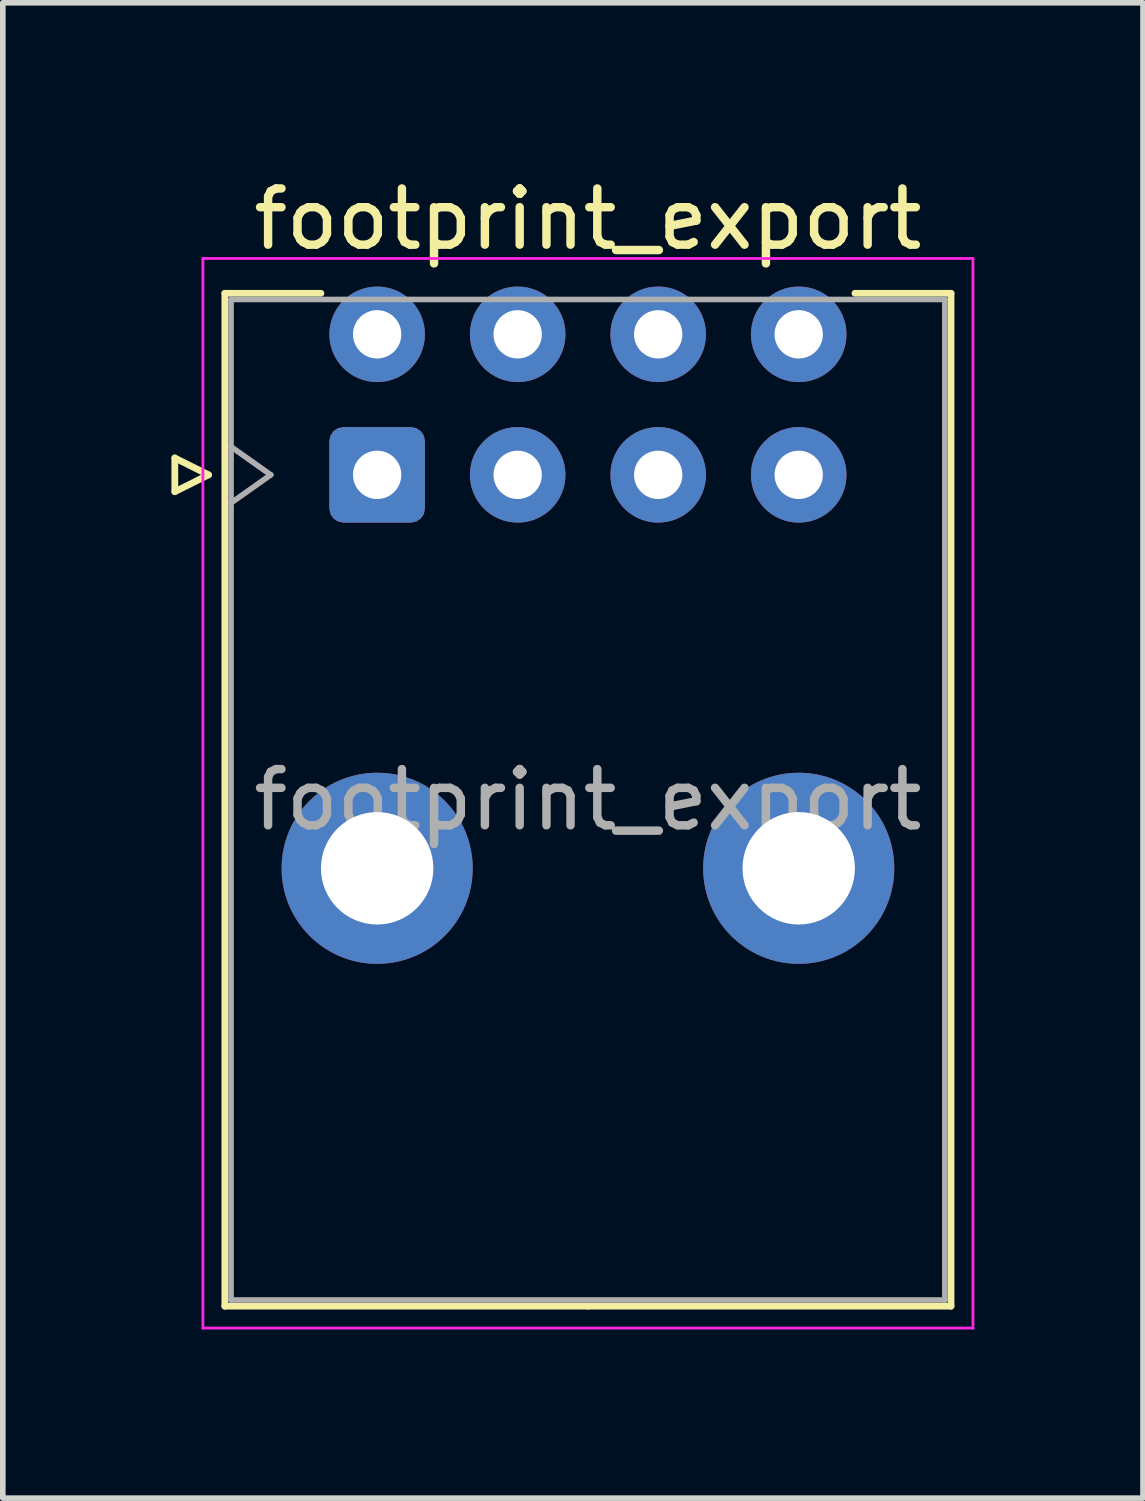
<source format=kicad_pcb>
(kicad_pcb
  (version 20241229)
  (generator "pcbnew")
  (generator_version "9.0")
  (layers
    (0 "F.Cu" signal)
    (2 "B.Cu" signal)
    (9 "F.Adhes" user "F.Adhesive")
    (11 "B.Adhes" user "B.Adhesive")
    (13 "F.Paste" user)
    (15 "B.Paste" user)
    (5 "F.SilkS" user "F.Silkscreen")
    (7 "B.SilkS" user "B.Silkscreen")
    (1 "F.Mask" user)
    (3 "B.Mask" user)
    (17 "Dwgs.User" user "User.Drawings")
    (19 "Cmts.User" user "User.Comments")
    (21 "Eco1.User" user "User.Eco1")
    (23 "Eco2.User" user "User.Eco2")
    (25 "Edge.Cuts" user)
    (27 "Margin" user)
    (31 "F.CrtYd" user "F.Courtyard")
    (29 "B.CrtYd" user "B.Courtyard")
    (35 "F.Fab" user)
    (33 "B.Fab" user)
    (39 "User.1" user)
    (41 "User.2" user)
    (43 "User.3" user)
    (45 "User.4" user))
  (footprint "footprint_export"
    (layer "F.Cu")
    (at 3.66 5.398)
    (property "Reference" "footprint_export" (at 3.75 -4.55 0) (layer "F.SilkS") (effects (font (size 1 1) (thickness 0.15))))
    (attr through_hole)
    (fp_line (start -3.6 -0.3) (end -3 0) (stroke (width 0.12) (type solid)) (layer "F.SilkS"))
    (fp_line (start -3.6 0.3) (end -3.6 -0.3) (stroke (width 0.12) (type solid)) (layer "F.SilkS"))
    (fp_line (start -3 0) (end -3.6 0.3) (stroke (width 0.12) (type solid)) (layer "F.SilkS"))
    (fp_line (start -2.71 -3.23) (end -2.71 14.79) (stroke (width 0.12) (type solid)) (layer "F.SilkS"))
    (fp_line (start -2.71 14.79) (end 3.75 14.79) (stroke (width 0.12) (type solid)) (layer "F.SilkS"))
    (fp_line (start -1 -3.23) (end -2.71 -3.23) (stroke (width 0.12) (type solid)) (layer "F.SilkS"))
    (fp_line (start 8.5 -3.23) (end 10.21 -3.23) (stroke (width 0.12) (type solid)) (layer "F.SilkS"))
    (fp_line (start 10.21 -3.23) (end 10.21 14.79) (stroke (width 0.12) (type solid)) (layer "F.SilkS"))
    (fp_line (start 10.21 14.79) (end 3.75 14.79) (stroke (width 0.12) (type solid)) (layer "F.SilkS"))
    (fp_line (start -3.1 -3.85) (end -3.1 15.18) (stroke (width 0.05) (type solid)) (layer "F.CrtYd"))
    (fp_line (start -3.1 15.18) (end 10.6 15.18) (stroke (width 0.05) (type solid)) (layer "F.CrtYd"))
    (fp_line (start 10.6 -3.85) (end -3.1 -3.85) (stroke (width 0.05) (type solid)) (layer "F.CrtYd"))
    (fp_line (start 10.6 15.18) (end 10.6 -3.85) (stroke (width 0.05) (type solid)) (layer "F.CrtYd"))
    (fp_line (start -2.6 -3.12) (end -2.6 14.68) (stroke (width 0.1) (type solid)) (layer "F.Fab"))
    (fp_line (start -2.6 0.5) (end -1.893 0) (stroke (width 0.1) (type solid)) (layer "F.Fab"))
    (fp_line (start -2.6 14.68) (end 10.1 14.68) (stroke (width 0.1) (type solid)) (layer "F.Fab"))
    (fp_line (start -1.893 0) (end -2.6 -0.5) (stroke (width 0.1) (type solid)) (layer "F.Fab"))
    (fp_line (start 10.1 -3.12) (end -2.6 -3.12) (stroke (width 0.1) (type solid)) (layer "F.Fab"))
    (fp_line (start 10.1 14.68) (end 10.1 -3.12) (stroke (width 0.1) (type solid)) (layer "F.Fab"))
    (fp_text user "${REFERENCE}" (at 3.75 5.78 0) (layer "F.Fab") (effects (font (size 1 1) (thickness 0.15))))
    (pad "" thru_hole circle (at 0 7) (size 3.4 3.4) (drill 2) (layers "*.Cu" "*.Mask"))
    (pad "" thru_hole circle (at 7.5 7) (size 3.4 3.4) (drill 2) (layers "*.Cu" "*.Mask"))
    (pad "1" thru_hole roundrect (at 0 0) (size 1.7 1.7) (drill 0.86) (layers "*.Cu" "*.Mask") (roundrect_rratio 0.147))
    (pad "2" thru_hole circle (at 2.5 0) (size 1.7 1.7) (drill 0.86) (layers "*.Cu" "*.Mask"))
    (pad "3" thru_hole circle (at 5 0) (size 1.7 1.7) (drill 0.86) (layers "*.Cu" "*.Mask"))
    (pad "4" thru_hole circle (at 7.5 0) (size 1.7 1.7) (drill 0.86) (layers "*.Cu" "*.Mask"))
    (pad "5" thru_hole circle (at 0 -2.5) (size 1.7 1.7) (drill 0.86) (layers "*.Cu" "*.Mask"))
    (pad "6" thru_hole circle (at 2.5 -2.5) (size 1.7 1.7) (drill 0.86) (layers "*.Cu" "*.Mask"))
    (pad "7" thru_hole circle (at 5 -2.5) (size 1.7 1.7) (drill 0.86) (layers "*.Cu" "*.Mask"))
    (pad "8" thru_hole circle (at 7.5 -2.5) (size 1.7 1.7) (drill 0.86) (layers "*.Cu" "*.Mask")))
  (gr_rect
    (start -3 -3)
    (end 17.285 23.603)
    (stroke (width 0.1) (type default))
    (fill no)
    (layer "Edge.Cuts")))
</source>
